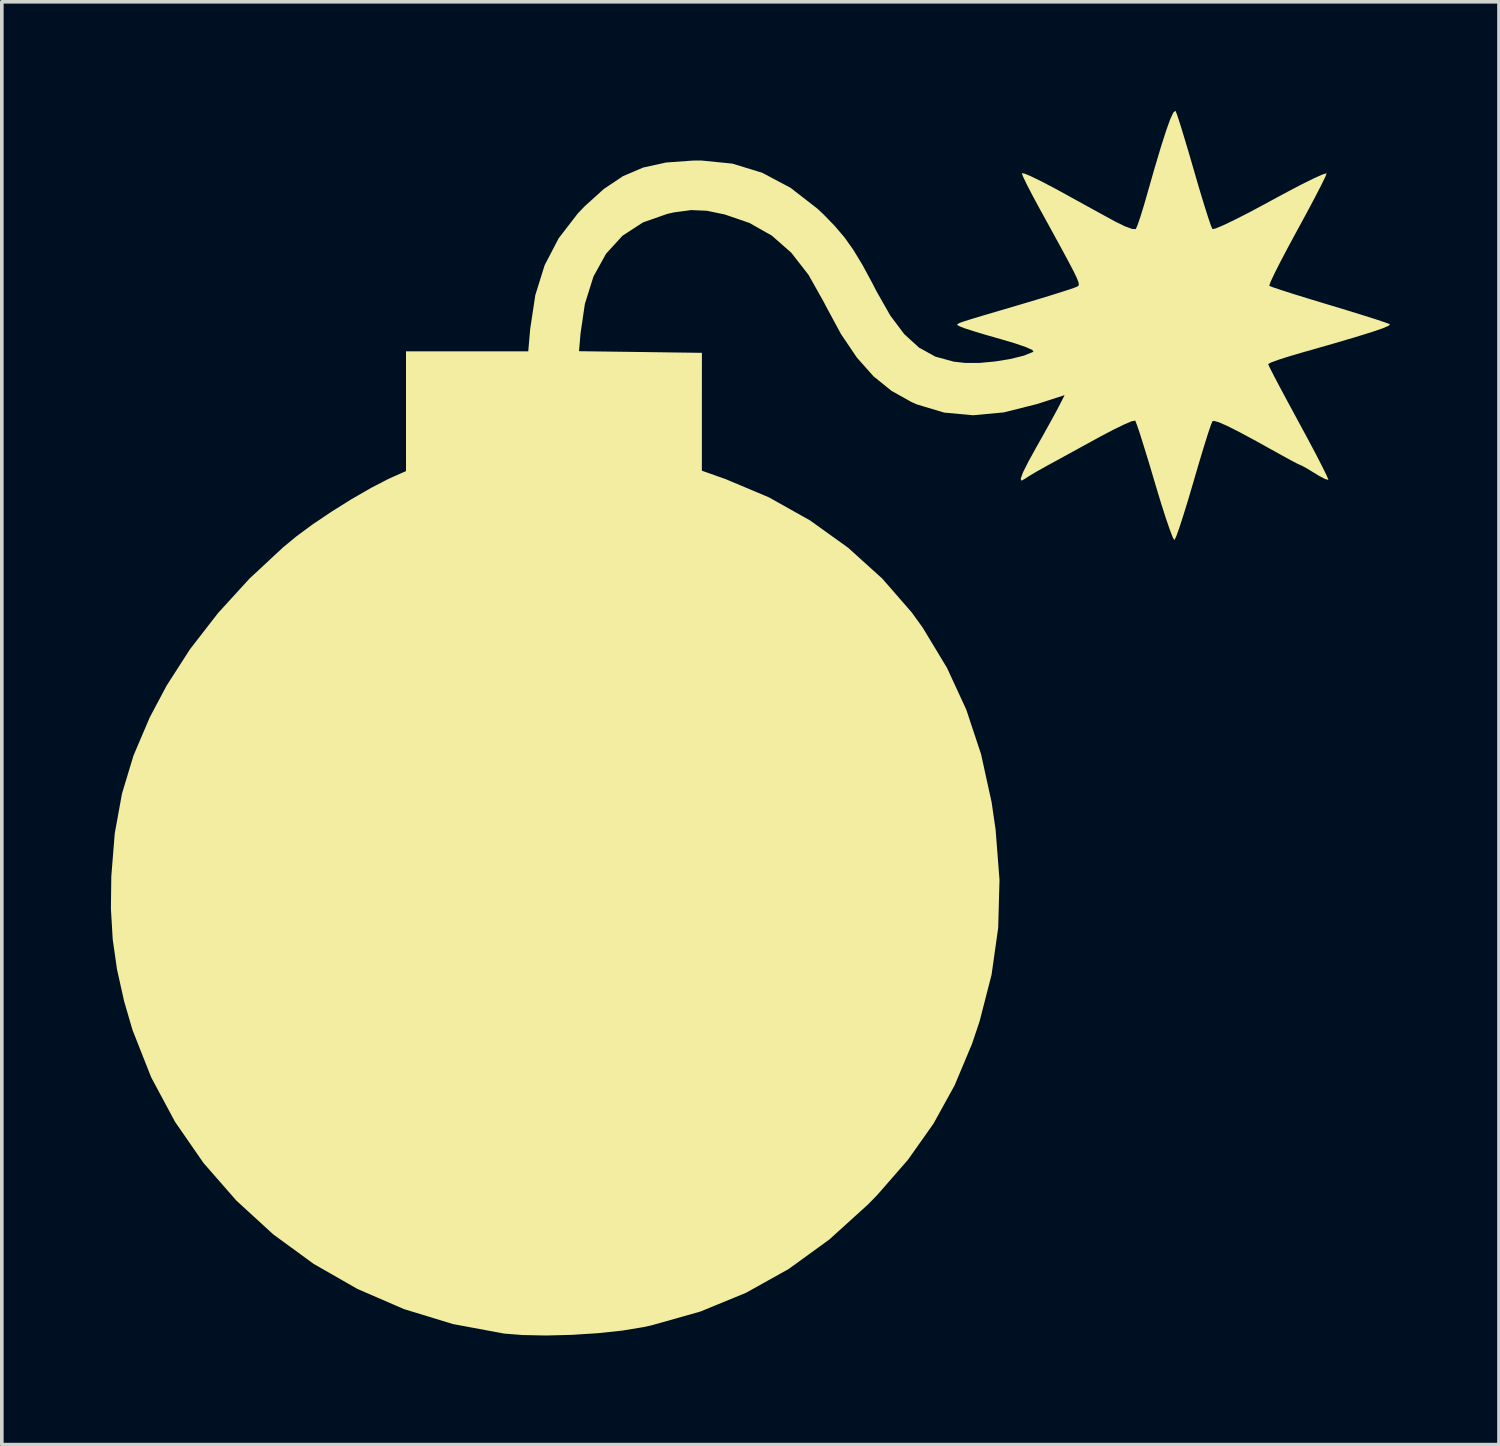
<source format=kicad_pcb>
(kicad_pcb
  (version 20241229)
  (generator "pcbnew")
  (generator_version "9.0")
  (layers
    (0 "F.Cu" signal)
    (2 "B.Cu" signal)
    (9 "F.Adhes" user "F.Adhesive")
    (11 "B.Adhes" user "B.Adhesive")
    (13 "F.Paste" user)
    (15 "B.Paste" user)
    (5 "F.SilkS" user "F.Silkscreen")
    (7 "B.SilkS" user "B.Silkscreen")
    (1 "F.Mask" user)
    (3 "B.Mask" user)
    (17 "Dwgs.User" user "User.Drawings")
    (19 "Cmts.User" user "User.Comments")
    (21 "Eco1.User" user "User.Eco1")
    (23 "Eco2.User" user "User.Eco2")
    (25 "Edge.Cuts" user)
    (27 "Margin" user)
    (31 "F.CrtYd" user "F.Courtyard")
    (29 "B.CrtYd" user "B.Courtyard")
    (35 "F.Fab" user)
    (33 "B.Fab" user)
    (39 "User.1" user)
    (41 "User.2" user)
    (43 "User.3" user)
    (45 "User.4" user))
  (footprint "bomb"
    (layer "F.Cu")
    (at 17.598 16.771)
    (property "Reference" "bomb" (at 0 0 0) (layer "F.SilkS") (effects (font (size 1.5 1.5) (thickness 0.3))))
    (attr board_only exclude_from_pos_files exclude_from_bom)
    (fp_poly (pts (xy 11.685 -16.759) (xy 11.729 -16.642) (xy 11.811 -16.39) (xy 11.921 -16.03) (xy 12.052 -15.592) (xy 12.191 -15.113) (xy 12.332 -14.629) (xy 12.462 -14.201) (xy 12.571 -13.856) (xy 12.651 -13.62) (xy 12.695 -13.52) (xy 12.785 -13.539) (xy 13 -13.63) (xy 13.317 -13.782) (xy 13.713 -13.984) (xy 14.164 -14.225) (xy 14.297 -14.298) (xy 14.755 -14.545) (xy 15.158 -14.756) (xy 15.486 -14.918) (xy 15.716 -15.021) (xy 15.826 -15.055) (xy 15.833 -15.049) (xy 15.793 -14.949) (xy 15.684 -14.726) (xy 15.517 -14.402) (xy 15.305 -14.003) (xy 15.061 -13.553) (xy 15.022 -13.482) (xy 14.777 -13.029) (xy 14.566 -12.629) (xy 14.401 -12.302) (xy 14.294 -12.074) (xy 14.256 -11.966) (xy 14.258 -11.961) (xy 14.35 -11.923) (xy 14.579 -11.846) (xy 14.919 -11.737) (xy 15.346 -11.605) (xy 15.834 -11.457) (xy 15.914 -11.433) (xy 16.41 -11.283) (xy 16.848 -11.147) (xy 17.205 -11.034) (xy 17.454 -10.95) (xy 17.57 -10.905) (xy 17.574 -10.902) (xy 17.538 -10.862) (xy 17.373 -10.792) (xy 17.073 -10.689) (xy 16.63 -10.552) (xy 16.038 -10.377) (xy 15.289 -10.163) (xy 15.22 -10.144) (xy 14.838 -10.032) (xy 14.525 -9.933) (xy 14.31 -9.855) (xy 14.225 -9.811) (xy 14.225 -9.81) (xy 14.264 -9.723) (xy 14.372 -9.51) (xy 14.537 -9.195) (xy 14.749 -8.799) (xy 14.994 -8.346) (xy 15.069 -8.207) (xy 15.32 -7.743) (xy 15.538 -7.332) (xy 15.711 -6.995) (xy 15.83 -6.755) (xy 15.881 -6.634) (xy 15.881 -6.625) (xy 15.798 -6.646) (xy 15.621 -6.738) (xy 15.504 -6.81) (xy 15.295 -6.937) (xy 15.154 -7.015) (xy 15.122 -7.027) (xy 15.036 -7.066) (xy 14.842 -7.168) (xy 14.576 -7.314) (xy 14.507 -7.352) (xy 13.91 -7.684) (xy 13.446 -7.934) (xy 13.104 -8.107) (xy 12.871 -8.209) (xy 12.737 -8.247) (xy 12.694 -8.237) (xy 12.653 -8.138) (xy 12.573 -7.903) (xy 12.464 -7.556) (xy 12.334 -7.125) (xy 12.19 -6.635) (xy 12.174 -6.578) (xy 12.029 -6.087) (xy 11.896 -5.656) (xy 11.784 -5.31) (xy 11.699 -5.073) (xy 11.65 -4.972) (xy 11.647 -4.97) (xy 11.603 -5.042) (xy 11.522 -5.253) (xy 11.41 -5.578) (xy 11.277 -5.995) (xy 11.131 -6.478) (xy 11.102 -6.576) (xy 10.954 -7.074) (xy 10.818 -7.516) (xy 10.705 -7.877) (xy 10.62 -8.13) (xy 10.573 -8.25) (xy 10.569 -8.255) (xy 10.478 -8.238) (xy 10.269 -8.15) (xy 9.973 -8.006) (xy 9.617 -7.819) (xy 9.553 -7.784) (xy 9.138 -7.557) (xy 8.728 -7.332) (xy 8.372 -7.137) (xy 8.128 -7.004) (xy 7.864 -6.856) (xy 7.652 -6.73) (xy 7.554 -6.665) (xy 7.445 -6.601) (xy 7.42 -6.654) (xy 7.483 -6.829) (xy 7.636 -7.133) (xy 7.839 -7.501) (xy 8.048 -7.873) (xy 8.243 -8.223) (xy 8.397 -8.505) (xy 8.472 -8.647) (xy 8.629 -8.955) (xy 7.866 -8.709) (xy 6.955 -8.48) (xy 6.108 -8.402) (xy 5.317 -8.475) (xy 4.568 -8.699) (xy 4.418 -8.765) (xy 3.869 -9.072) (xy 3.374 -9.472) (xy 2.917 -9.986) (xy 2.482 -10.63) (xy 2.053 -11.423) (xy 2.012 -11.505) (xy 1.586 -12.263) (xy 1.113 -12.87) (xy 0.578 -13.341) (xy -0.038 -13.69) (xy -0.717 -13.923) (xy -1.207 -14.025) (xy -1.641 -14.044) (xy -2.106 -13.982) (xy -2.298 -13.939) (xy -2.968 -13.704) (xy -3.53 -13.338) (xy -3.983 -12.842) (xy -4.328 -12.217) (xy -4.564 -11.465) (xy -4.684 -10.649) (xy -4.725 -10.163) (xy -3.035 -10.141) (xy -1.346 -10.118) (xy -1.347 -8.497) (xy -1.347 -6.877) (xy -0.695 -6.646) (xy 0.499 -6.143) (xy 1.629 -5.509) (xy 2.674 -4.759) (xy 3.613 -3.911) (xy 4.424 -2.98) (xy 4.73 -2.555) (xy 5.394 -1.455) (xy 5.925 -0.305) (xy 6.331 0.919) (xy 6.621 2.24) (xy 6.731 2.995) (xy 6.838 4.376) (xy 6.802 5.694) (xy 6.62 6.982) (xy 6.288 8.274) (xy 6.08 8.89) (xy 5.603 10.027) (xy 5.023 11.078) (xy 4.32 12.073) (xy 3.474 13.043) (xy 3.223 13.3) (xy 2.157 14.266) (xy 1.043 15.074) (xy -0.134 15.731) (xy -1.388 16.246) (xy -2.733 16.626) (xy -2.966 16.676) (xy -3.535 16.77) (xy -4.206 16.841) (xy -4.922 16.887) (xy -5.632 16.905) (xy -6.28 16.892) (xy -6.785 16.852) (xy -8.193 16.59) (xy -9.542 16.178) (xy -10.822 15.623) (xy -12.023 14.935) (xy -13.135 14.123) (xy -14.148 13.195) (xy -15.052 12.16) (xy -15.836 11.027) (xy -16.49 9.806) (xy -17.004 8.504) (xy -17.235 7.712) (xy -17.43 6.838) (xy -17.548 6.014) (xy -17.598 5.167) (xy -17.587 4.276) (xy -17.492 3.095) (xy -17.293 2.002) (xy -16.976 0.954) (xy -16.53 -0.092) (xy -16.068 -0.963) (xy -15.425 -1.965) (xy -14.653 -2.961) (xy -13.788 -3.909) (xy -12.867 -4.766) (xy -12.502 -5.067) (xy -12.056 -5.397) (xy -11.531 -5.75) (xy -10.976 -6.097) (xy -10.44 -6.406) (xy -9.974 -6.647) (xy -9.865 -6.697) (xy -9.483 -6.866) (xy -9.483 -8.513) (xy -9.483 -10.16) (xy -7.802 -10.16) (xy -6.121 -10.16) (xy -6.068 -10.774) (xy -5.927 -11.706) (xy -5.67 -12.529) (xy -5.285 -13.268) (xy -4.762 -13.947) (xy -4.573 -14.145) (xy -4.042 -14.625) (xy -3.517 -14.976) (xy -2.959 -15.214) (xy -2.331 -15.352) (xy -1.595 -15.405) (xy -1.364 -15.407) (xy -0.51 -15.322) (xy 0.31 -15.071) (xy 1.093 -14.656) (xy 1.835 -14.079) (xy 1.996 -13.928) (xy 2.307 -13.608) (xy 2.572 -13.297) (xy 2.814 -12.957) (xy 3.061 -12.551) (xy 3.338 -12.04) (xy 3.457 -11.808) (xy 3.835 -11.143) (xy 4.219 -10.632) (xy 4.626 -10.261) (xy 5.075 -10.013) (xy 5.584 -9.875) (xy 5.899 -9.84) (xy 6.28 -9.84) (xy 6.711 -9.88) (xy 7.138 -9.949) (xy 7.506 -10.04) (xy 7.762 -10.143) (xy 7.772 -10.149) (xy 7.74 -10.197) (xy 7.564 -10.276) (xy 7.261 -10.38) (xy 6.881 -10.492) (xy 6.484 -10.606) (xy 6.14 -10.709) (xy 5.885 -10.791) (xy 5.757 -10.84) (xy 5.708 -10.865) (xy 5.676 -10.885) (xy 5.68 -10.907) (xy 5.738 -10.939) (xy 5.87 -10.986) (xy 6.093 -11.056) (xy 6.426 -11.156) (xy 6.888 -11.292) (xy 7.381 -11.437) (xy 7.863 -11.581) (xy 8.292 -11.712) (xy 8.639 -11.822) (xy 8.878 -11.901) (xy 8.979 -11.941) (xy 9.008 -11.963) (xy 9.02 -11.998) (xy 9.009 -12.064) (xy 8.964 -12.176) (xy 8.88 -12.352) (xy 8.746 -12.608) (xy 8.556 -12.961) (xy 8.301 -13.428) (xy 7.973 -14.025) (xy 7.948 -14.07) (xy 7.756 -14.426) (xy 7.598 -14.73) (xy 7.491 -14.951) (xy 7.451 -15.057) (xy 7.451 -15.058) (xy 7.52 -15.049) (xy 7.71 -14.97) (xy 7.995 -14.831) (xy 8.348 -14.646) (xy 8.488 -14.57) (xy 8.918 -14.333) (xy 9.345 -14.098) (xy 9.722 -13.891) (xy 10.002 -13.738) (xy 10.025 -13.726) (xy 10.285 -13.598) (xy 10.486 -13.525) (xy 10.585 -13.521) (xy 10.586 -13.521) (xy 10.633 -13.628) (xy 10.712 -13.858) (xy 10.81 -14.175) (xy 10.873 -14.393) (xy 11.093 -15.164) (xy 11.276 -15.777) (xy 11.423 -16.237) (xy 11.537 -16.552) (xy 11.62 -16.728) (xy 11.674 -16.771)) (stroke (width 0) (type solid)) (fill yes) (layer "F.SilkS")))
  (gr_rect
    (start -3 -3)
    (end 38.172 36.676)
    (stroke (width 0.1) (type default))
    (fill no)
    (layer "Edge.Cuts")))
</source>
